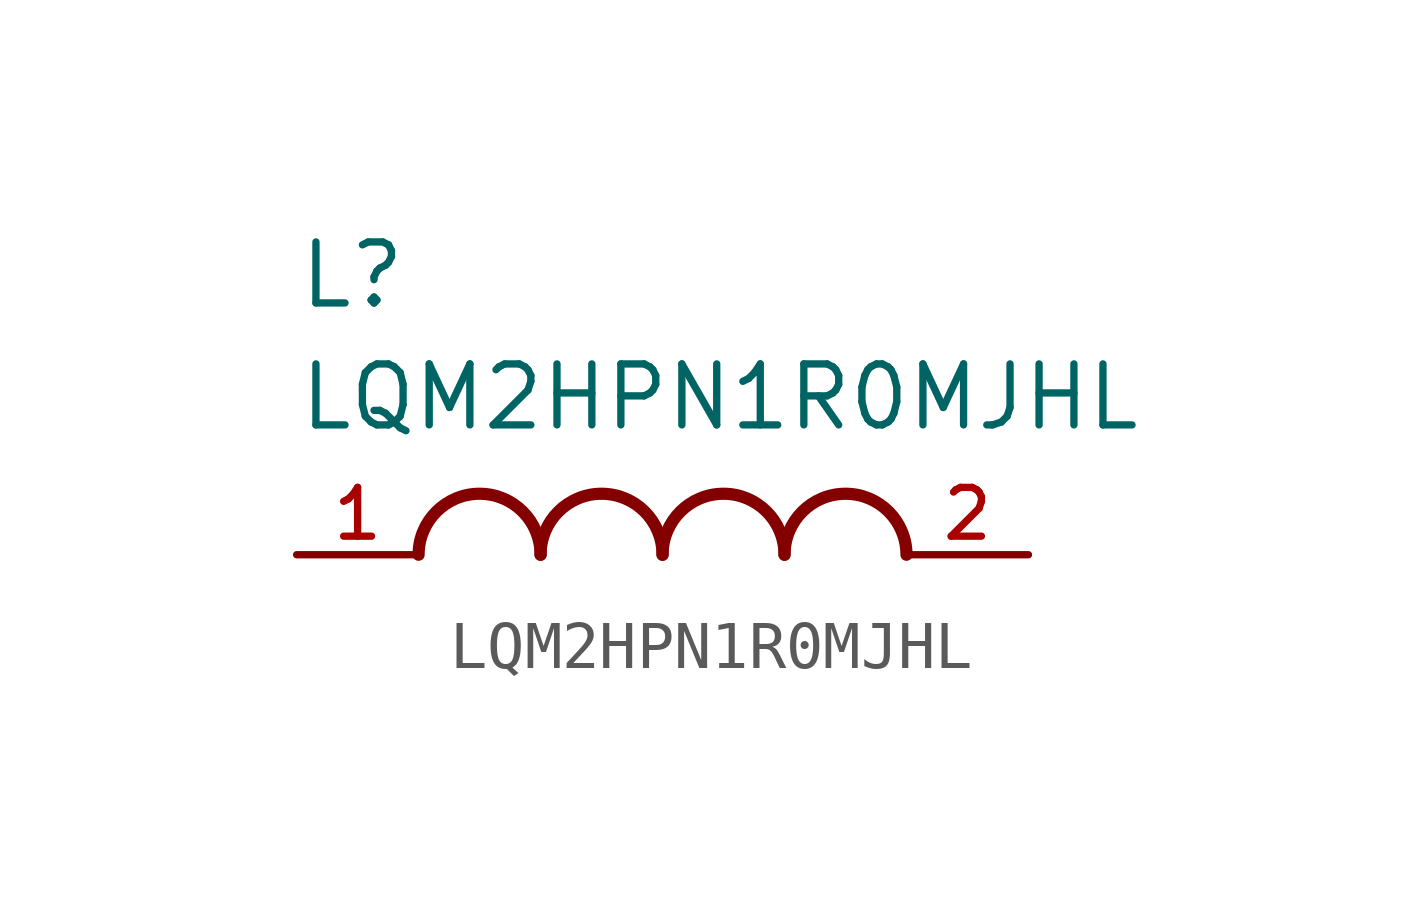
<source format=kicad_sym>
(kicad_symbol_lib
  (version 20211014)
  (generator kicad_symbol_editor)
  (symbol "LQM2HPN1R0MJHL"
    (pin_names
      (offset 1.016))
    (property "Reference" "L"
      (at -7.62 5.08 0)
      (effects (font (size 1.27 1.27)) (justify bottom left)))
    (property "Value" "LQM2HPN1R0MJHL"
      (at -7.62 2.54 0)
      (effects (font (size 1.27 1.27)) (justify bottom left)))
    (symbol "LQM2HPN1R0MJHL_0_0"
      (arc (start -2.54 0.0) (mid -3.81 1.27) (end -5.08 0.0) (stroke (width 0.254) (type default) (color 0 0 0 0)) (fill (type none)))
      (arc (start 0.0 0.0) (mid -1.27 1.27) (end -2.54 0.0) (stroke (width 0.254) (type default) (color 0 0 0 0)) (fill (type none)))
      (arc (start 2.54 0.0) (mid 1.27 1.27) (end 0.0 0.0) (stroke (width 0.254) (type default) (color 0 0 0 0)) (fill (type none)))
      (arc (start 5.08 0.0) (mid 3.81 1.27) (end 2.54 0.0) (stroke (width 0.254) (type default) (color 0 0 0 0)) (fill (type none)))
      (pin passive line (at -7.62 0.0 0) (length 2.54) (name "~" (effects (font (size 1.016 1.016)))) (number "1" (effects (font (size 1.016 1.016)))))
      (pin passive line (at 7.62 0.0 180.0) (length 2.54) (name "~" (effects (font (size 1.016 1.016)))) (number "2" (effects (font (size 1.016 1.016))))))))
</source>
